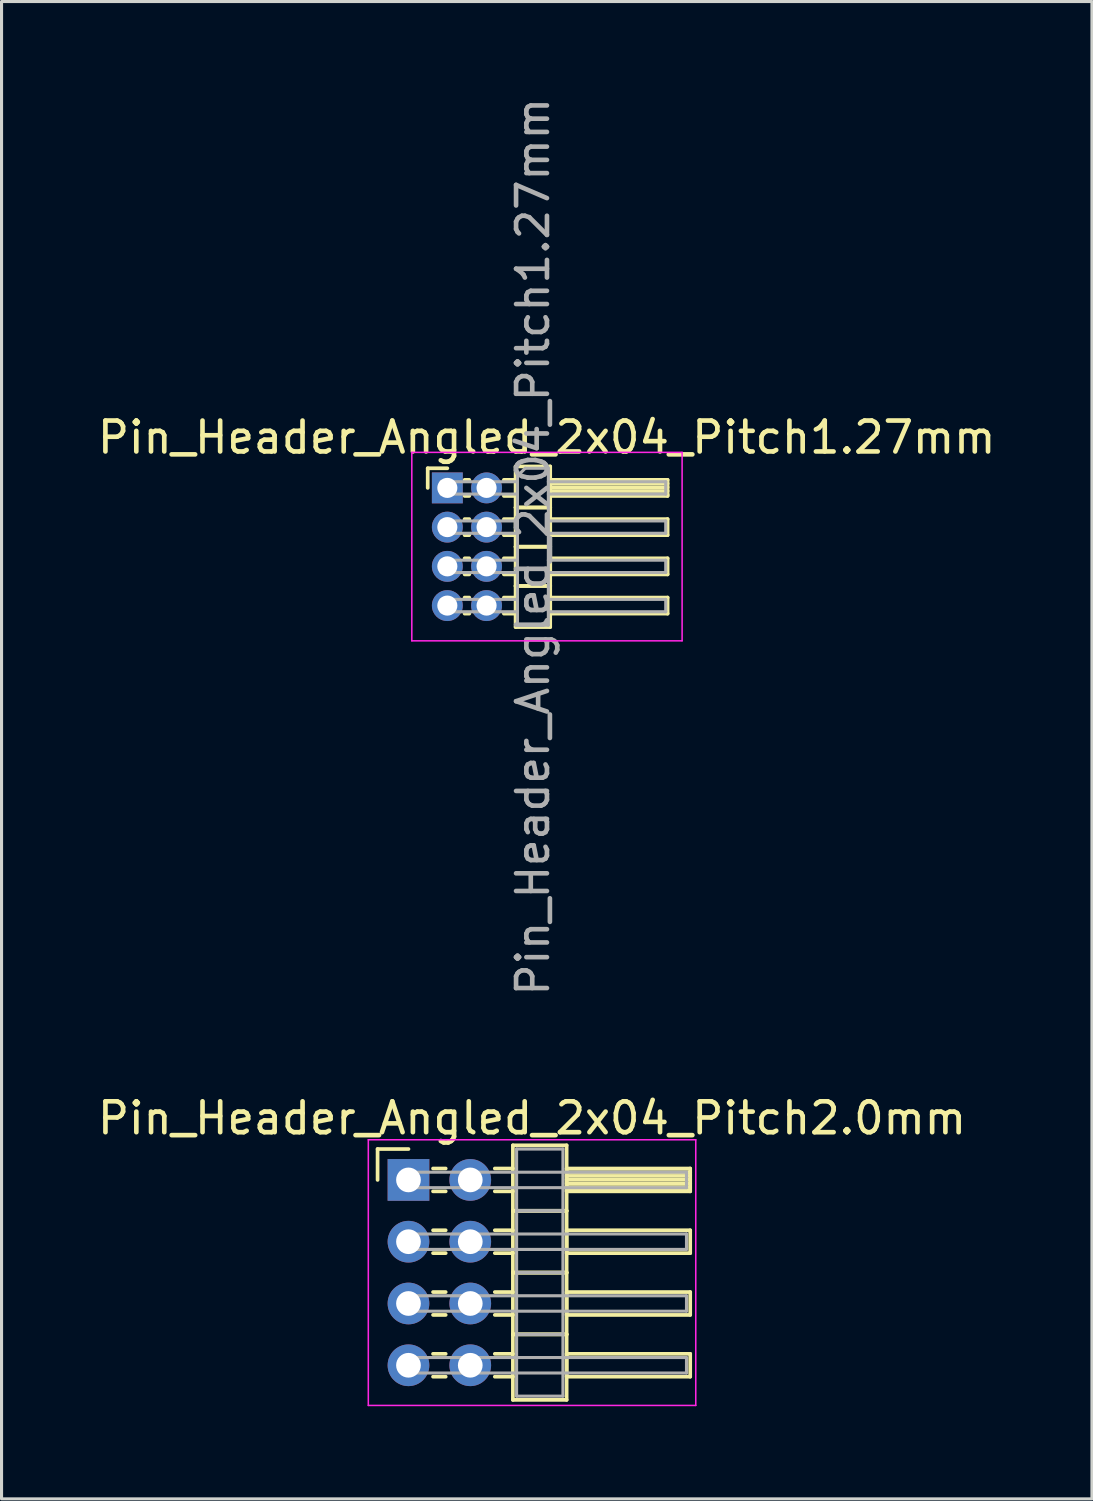
<source format=kicad_pcb>
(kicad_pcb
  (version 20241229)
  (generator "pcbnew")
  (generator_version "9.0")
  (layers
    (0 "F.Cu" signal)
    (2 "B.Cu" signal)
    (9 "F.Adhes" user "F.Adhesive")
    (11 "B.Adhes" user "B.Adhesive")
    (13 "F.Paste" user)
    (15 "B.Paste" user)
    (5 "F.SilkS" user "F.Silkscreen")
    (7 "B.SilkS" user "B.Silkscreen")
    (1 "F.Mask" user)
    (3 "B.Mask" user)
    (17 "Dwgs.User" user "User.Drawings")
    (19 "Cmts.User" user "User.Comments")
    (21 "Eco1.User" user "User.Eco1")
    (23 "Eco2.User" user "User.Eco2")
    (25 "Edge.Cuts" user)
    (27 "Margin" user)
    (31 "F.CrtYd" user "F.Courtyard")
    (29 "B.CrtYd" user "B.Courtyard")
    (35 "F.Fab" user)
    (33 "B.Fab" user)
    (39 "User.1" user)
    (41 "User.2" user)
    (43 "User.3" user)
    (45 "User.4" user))
  (footprint "Pin_Header_Angled_2x04_Pitch1.27mm"
    (layer "F.Cu")
    (at 11.431 12.744)
    (property "Reference" "Pin_Header_Angled_2x04_Pitch1.27mm" (at 3.217 -1.635 0) (layer "F.SilkS") (effects (font (size 1 1) (thickness 0.15))))
    (attr through_hole)
    (fp_line (start -0.635 -0.635) (end 0 -0.635) (stroke (width 0.12) (type solid)) (layer "F.SilkS"))
    (fp_line (start -0.635 0) (end -0.635 -0.635) (stroke (width 0.12) (type solid)) (layer "F.SilkS"))
    (fp_line (start 0.56 -0.26) (end 0.71 -0.26) (stroke (width 0.12) (type solid)) (layer "F.SilkS"))
    (fp_line (start 0.56 0.26) (end 0.71 0.26) (stroke (width 0.12) (type solid)) (layer "F.SilkS"))
    (fp_line (start 0.56 1.01) (end 0.71 1.01) (stroke (width 0.12) (type solid)) (layer "F.SilkS"))
    (fp_line (start 0.56 1.53) (end 0.71 1.53) (stroke (width 0.12) (type solid)) (layer "F.SilkS"))
    (fp_line (start 0.56 2.28) (end 0.71 2.28) (stroke (width 0.12) (type solid)) (layer "F.SilkS"))
    (fp_line (start 0.56 2.8) (end 0.71 2.8) (stroke (width 0.12) (type solid)) (layer "F.SilkS"))
    (fp_line (start 0.56 3.55) (end 0.71 3.55) (stroke (width 0.12) (type solid)) (layer "F.SilkS"))
    (fp_line (start 0.56 4.07) (end 0.71 4.07) (stroke (width 0.12) (type solid)) (layer "F.SilkS"))
    (fp_line (start 1.83 -0.26) (end 2.21 -0.26) (stroke (width 0.12) (type solid)) (layer "F.SilkS"))
    (fp_line (start 1.83 0.26) (end 2.21 0.26) (stroke (width 0.12) (type solid)) (layer "F.SilkS"))
    (fp_line (start 1.83 1.01) (end 2.21 1.01) (stroke (width 0.12) (type solid)) (layer "F.SilkS"))
    (fp_line (start 1.83 1.53) (end 2.21 1.53) (stroke (width 0.12) (type solid)) (layer "F.SilkS"))
    (fp_line (start 1.83 2.28) (end 2.21 2.28) (stroke (width 0.12) (type solid)) (layer "F.SilkS"))
    (fp_line (start 1.83 2.8) (end 2.21 2.8) (stroke (width 0.12) (type solid)) (layer "F.SilkS"))
    (fp_line (start 1.83 3.55) (end 2.21 3.55) (stroke (width 0.12) (type solid)) (layer "F.SilkS"))
    (fp_line (start 1.83 4.07) (end 2.21 4.07) (stroke (width 0.12) (type solid)) (layer "F.SilkS"))
    (fp_line (start 2.21 -0.695) (end 2.21 0.635) (stroke (width 0.12) (type solid)) (layer "F.SilkS"))
    (fp_line (start 2.21 0.635) (end 2.21 1.905) (stroke (width 0.12) (type solid)) (layer "F.SilkS"))
    (fp_line (start 2.21 0.635) (end 3.33 0.635) (stroke (width 0.12) (type solid)) (layer "F.SilkS"))
    (fp_line (start 2.21 1.905) (end 2.21 3.175) (stroke (width 0.12) (type solid)) (layer "F.SilkS"))
    (fp_line (start 2.21 1.905) (end 3.33 1.905) (stroke (width 0.12) (type solid)) (layer "F.SilkS"))
    (fp_line (start 2.21 3.175) (end 2.21 4.505) (stroke (width 0.12) (type solid)) (layer "F.SilkS"))
    (fp_line (start 2.21 3.175) (end 3.33 3.175) (stroke (width 0.12) (type solid)) (layer "F.SilkS"))
    (fp_line (start 2.21 4.505) (end 3.33 4.505) (stroke (width 0.12) (type solid)) (layer "F.SilkS"))
    (fp_line (start 3.33 -0.695) (end 2.21 -0.695) (stroke (width 0.12) (type solid)) (layer "F.SilkS"))
    (fp_line (start 3.33 -0.26) (end 3.33 0.26) (stroke (width 0.12) (type solid)) (layer "F.SilkS"))
    (fp_line (start 3.33 -0.14) (end 7.13 -0.14) (stroke (width 0.12) (type solid)) (layer "F.SilkS"))
    (fp_line (start 3.33 -0.02) (end 7.13 -0.02) (stroke (width 0.12) (type solid)) (layer "F.SilkS"))
    (fp_line (start 3.33 0.1) (end 7.13 0.1) (stroke (width 0.12) (type solid)) (layer "F.SilkS"))
    (fp_line (start 3.33 0.22) (end 7.13 0.22) (stroke (width 0.12) (type solid)) (layer "F.SilkS"))
    (fp_line (start 3.33 0.26) (end 7.13 0.26) (stroke (width 0.12) (type solid)) (layer "F.SilkS"))
    (fp_line (start 3.33 0.635) (end 2.21 0.635) (stroke (width 0.12) (type solid)) (layer "F.SilkS"))
    (fp_line (start 3.33 0.635) (end 3.33 -0.695) (stroke (width 0.12) (type solid)) (layer "F.SilkS"))
    (fp_line (start 3.33 1.01) (end 3.33 1.53) (stroke (width 0.12) (type solid)) (layer "F.SilkS"))
    (fp_line (start 3.33 1.53) (end 7.13 1.53) (stroke (width 0.12) (type solid)) (layer "F.SilkS"))
    (fp_line (start 3.33 1.905) (end 2.21 1.905) (stroke (width 0.12) (type solid)) (layer "F.SilkS"))
    (fp_line (start 3.33 1.905) (end 3.33 0.635) (stroke (width 0.12) (type solid)) (layer "F.SilkS"))
    (fp_line (start 3.33 2.28) (end 3.33 2.8) (stroke (width 0.12) (type solid)) (layer "F.SilkS"))
    (fp_line (start 3.33 2.8) (end 7.13 2.8) (stroke (width 0.12) (type solid)) (layer "F.SilkS"))
    (fp_line (start 3.33 3.175) (end 2.21 3.175) (stroke (width 0.12) (type solid)) (layer "F.SilkS"))
    (fp_line (start 3.33 3.175) (end 3.33 1.905) (stroke (width 0.12) (type solid)) (layer "F.SilkS"))
    (fp_line (start 3.33 3.55) (end 3.33 4.07) (stroke (width 0.12) (type solid)) (layer "F.SilkS"))
    (fp_line (start 3.33 4.07) (end 7.13 4.07) (stroke (width 0.12) (type solid)) (layer "F.SilkS"))
    (fp_line (start 3.33 4.505) (end 3.33 3.175) (stroke (width 0.12) (type solid)) (layer "F.SilkS"))
    (fp_line (start 7.13 -0.26) (end 3.33 -0.26) (stroke (width 0.12) (type solid)) (layer "F.SilkS"))
    (fp_line (start 7.13 0.26) (end 7.13 -0.26) (stroke (width 0.12) (type solid)) (layer "F.SilkS"))
    (fp_line (start 7.13 1.01) (end 3.33 1.01) (stroke (width 0.12) (type solid)) (layer "F.SilkS"))
    (fp_line (start 7.13 1.53) (end 7.13 1.01) (stroke (width 0.12) (type solid)) (layer "F.SilkS"))
    (fp_line (start 7.13 2.28) (end 3.33 2.28) (stroke (width 0.12) (type solid)) (layer "F.SilkS"))
    (fp_line (start 7.13 2.8) (end 7.13 2.28) (stroke (width 0.12) (type solid)) (layer "F.SilkS"))
    (fp_line (start 7.13 3.55) (end 3.33 3.55) (stroke (width 0.12) (type solid)) (layer "F.SilkS"))
    (fp_line (start 7.13 4.07) (end 7.13 3.55) (stroke (width 0.12) (type solid)) (layer "F.SilkS"))
    (fp_line (start -1.15 -1.15) (end -1.15 4.95) (stroke (width 0.05) (type solid)) (layer "F.CrtYd"))
    (fp_line (start -1.15 4.95) (end 7.6 4.95) (stroke (width 0.05) (type solid)) (layer "F.CrtYd"))
    (fp_line (start 7.6 -1.15) (end -1.15 -1.15) (stroke (width 0.05) (type solid)) (layer "F.CrtYd"))
    (fp_line (start 7.6 4.95) (end 7.6 -1.15) (stroke (width 0.05) (type solid)) (layer "F.CrtYd"))
    (fp_line (start -0.2 -0.2) (end -0.2 0.2) (stroke (width 0.1) (type solid)) (layer "F.Fab"))
    (fp_line (start -0.2 -0.2) (end 2.27 -0.2) (stroke (width 0.1) (type solid)) (layer "F.Fab"))
    (fp_line (start -0.2 0.2) (end 2.27 0.2) (stroke (width 0.1) (type solid)) (layer "F.Fab"))
    (fp_line (start -0.2 1.07) (end -0.2 1.47) (stroke (width 0.1) (type solid)) (layer "F.Fab"))
    (fp_line (start -0.2 1.07) (end 2.27 1.07) (stroke (width 0.1) (type solid)) (layer "F.Fab"))
    (fp_line (start -0.2 1.47) (end 2.27 1.47) (stroke (width 0.1) (type solid)) (layer "F.Fab"))
    (fp_line (start -0.2 2.34) (end -0.2 2.74) (stroke (width 0.1) (type solid)) (layer "F.Fab"))
    (fp_line (start -0.2 2.34) (end 2.27 2.34) (stroke (width 0.1) (type solid)) (layer "F.Fab"))
    (fp_line (start -0.2 2.74) (end 2.27 2.74) (stroke (width 0.1) (type solid)) (layer "F.Fab"))
    (fp_line (start -0.2 3.61) (end -0.2 4.01) (stroke (width 0.1) (type solid)) (layer "F.Fab"))
    (fp_line (start -0.2 3.61) (end 2.27 3.61) (stroke (width 0.1) (type solid)) (layer "F.Fab"))
    (fp_line (start -0.2 4.01) (end 2.27 4.01) (stroke (width 0.1) (type solid)) (layer "F.Fab"))
    (fp_line (start 2.27 -0.385) (end 2.52 -0.635) (stroke (width 0.1) (type solid)) (layer "F.Fab"))
    (fp_line (start 2.27 4.445) (end 2.27 -0.385) (stroke (width 0.1) (type solid)) (layer "F.Fab"))
    (fp_line (start 2.52 -0.635) (end 3.27 -0.635) (stroke (width 0.1) (type solid)) (layer "F.Fab"))
    (fp_line (start 3.27 -0.635) (end 3.27 4.445) (stroke (width 0.1) (type solid)) (layer "F.Fab"))
    (fp_line (start 3.27 -0.2) (end 7.07 -0.2) (stroke (width 0.1) (type solid)) (layer "F.Fab"))
    (fp_line (start 3.27 0.2) (end 7.07 0.2) (stroke (width 0.1) (type solid)) (layer "F.Fab"))
    (fp_line (start 3.27 1.07) (end 7.07 1.07) (stroke (width 0.1) (type solid)) (layer "F.Fab"))
    (fp_line (start 3.27 1.47) (end 7.07 1.47) (stroke (width 0.1) (type solid)) (layer "F.Fab"))
    (fp_line (start 3.27 2.34) (end 7.07 2.34) (stroke (width 0.1) (type solid)) (layer "F.Fab"))
    (fp_line (start 3.27 2.74) (end 7.07 2.74) (stroke (width 0.1) (type solid)) (layer "F.Fab"))
    (fp_line (start 3.27 3.61) (end 7.07 3.61) (stroke (width 0.1) (type solid)) (layer "F.Fab"))
    (fp_line (start 3.27 4.01) (end 7.07 4.01) (stroke (width 0.1) (type solid)) (layer "F.Fab"))
    (fp_line (start 3.27 4.445) (end 2.27 4.445) (stroke (width 0.1) (type solid)) (layer "F.Fab"))
    (fp_line (start 7.07 -0.2) (end 7.07 0.2) (stroke (width 0.1) (type solid)) (layer "F.Fab"))
    (fp_line (start 7.07 1.07) (end 7.07 1.47) (stroke (width 0.1) (type solid)) (layer "F.Fab"))
    (fp_line (start 7.07 2.34) (end 7.07 2.74) (stroke (width 0.1) (type solid)) (layer "F.Fab"))
    (fp_line (start 7.07 3.61) (end 7.07 4.01) (stroke (width 0.1) (type solid)) (layer "F.Fab"))
    (fp_text user "${REFERENCE}" (at 2.77 1.905 90) (layer "F.Fab") (effects (font (size 1 1) (thickness 0.15))))
    (pad "1" thru_hole rect (at 0 0) (size 1 1) (drill 0.65) (layers "*.Cu" "*.Mask"))
    (pad "2" thru_hole oval (at 1.27 0) (size 1 1) (drill 0.65) (layers "*.Cu" "*.Mask"))
    (pad "3" thru_hole oval (at 0 1.27) (size 1 1) (drill 0.65) (layers "*.Cu" "*.Mask"))
    (pad "4" thru_hole oval (at 1.27 1.27) (size 1 1) (drill 0.65) (layers "*.Cu" "*.Mask"))
    (pad "5" thru_hole oval (at 0 2.54) (size 1 1) (drill 0.65) (layers "*.Cu" "*.Mask"))
    (pad "6" thru_hole oval (at 1.27 2.54) (size 1 1) (drill 0.65) (layers "*.Cu" "*.Mask"))
    (pad "7" thru_hole oval (at 0 3.81) (size 1 1) (drill 0.65) (layers "*.Cu" "*.Mask"))
    (pad "8" thru_hole oval (at 1.27 3.81) (size 1 1) (drill 0.65) (layers "*.Cu" "*.Mask")))
  (footprint "Pin_Header_Angled_2x04_Pitch2.0mm"
    (layer "F.Cu")
    (at 10.173 35.146)
    (property "Reference" "Pin_Header_Angled_2x04_Pitch2.0mm" (at 4 -2 0) (layer "F.SilkS") (effects (font (size 1 1) (thickness 0.15))))
    (attr through_hole)
    (fp_line (start -1 -1) (end 0 -1) (stroke (width 0.12) (type solid)) (layer "F.SilkS"))
    (fp_line (start -1 0) (end -1 -1) (stroke (width 0.12) (type solid)) (layer "F.SilkS"))
    (fp_line (start 0.795 -0.37) (end 1.205 -0.37) (stroke (width 0.12) (type solid)) (layer "F.SilkS"))
    (fp_line (start 0.795 0.37) (end 1.205 0.37) (stroke (width 0.12) (type solid)) (layer "F.SilkS"))
    (fp_line (start 0.795 1.63) (end 1.205 1.63) (stroke (width 0.12) (type solid)) (layer "F.SilkS"))
    (fp_line (start 0.795 2.37) (end 1.205 2.37) (stroke (width 0.12) (type solid)) (layer "F.SilkS"))
    (fp_line (start 0.795 3.63) (end 1.205 3.63) (stroke (width 0.12) (type solid)) (layer "F.SilkS"))
    (fp_line (start 0.795 4.37) (end 1.205 4.37) (stroke (width 0.12) (type solid)) (layer "F.SilkS"))
    (fp_line (start 0.795 5.63) (end 1.205 5.63) (stroke (width 0.12) (type solid)) (layer "F.SilkS"))
    (fp_line (start 0.795 6.37) (end 1.205 6.37) (stroke (width 0.12) (type solid)) (layer "F.SilkS"))
    (fp_line (start 2.795 -0.37) (end 3.38 -0.37) (stroke (width 0.12) (type solid)) (layer "F.SilkS"))
    (fp_line (start 2.795 0.37) (end 3.38 0.37) (stroke (width 0.12) (type solid)) (layer "F.SilkS"))
    (fp_line (start 2.795 1.63) (end 3.38 1.63) (stroke (width 0.12) (type solid)) (layer "F.SilkS"))
    (fp_line (start 2.795 2.37) (end 3.38 2.37) (stroke (width 0.12) (type solid)) (layer "F.SilkS"))
    (fp_line (start 2.795 3.63) (end 3.38 3.63) (stroke (width 0.12) (type solid)) (layer "F.SilkS"))
    (fp_line (start 2.795 4.37) (end 3.38 4.37) (stroke (width 0.12) (type solid)) (layer "F.SilkS"))
    (fp_line (start 2.795 5.63) (end 3.38 5.63) (stroke (width 0.12) (type solid)) (layer "F.SilkS"))
    (fp_line (start 2.795 6.37) (end 3.38 6.37) (stroke (width 0.12) (type solid)) (layer "F.SilkS"))
    (fp_line (start 3.38 -1.12) (end 3.38 1) (stroke (width 0.12) (type solid)) (layer "F.SilkS"))
    (fp_line (start 3.38 1) (end 3.38 3) (stroke (width 0.12) (type solid)) (layer "F.SilkS"))
    (fp_line (start 3.38 1) (end 5.12 1) (stroke (width 0.12) (type solid)) (layer "F.SilkS"))
    (fp_line (start 3.38 3) (end 3.38 5) (stroke (width 0.12) (type solid)) (layer "F.SilkS"))
    (fp_line (start 3.38 3) (end 5.12 3) (stroke (width 0.12) (type solid)) (layer "F.SilkS"))
    (fp_line (start 3.38 5) (end 3.38 7.12) (stroke (width 0.12) (type solid)) (layer "F.SilkS"))
    (fp_line (start 3.38 5) (end 5.12 5) (stroke (width 0.12) (type solid)) (layer "F.SilkS"))
    (fp_line (start 3.38 7.12) (end 5.12 7.12) (stroke (width 0.12) (type solid)) (layer "F.SilkS"))
    (fp_line (start 5.12 -1.12) (end 3.38 -1.12) (stroke (width 0.12) (type solid)) (layer "F.SilkS"))
    (fp_line (start 5.12 -0.37) (end 5.12 0.37) (stroke (width 0.12) (type solid)) (layer "F.SilkS"))
    (fp_line (start 5.12 -0.25) (end 9.12 -0.25) (stroke (width 0.12) (type solid)) (layer "F.SilkS"))
    (fp_line (start 5.12 -0.13) (end 9.12 -0.13) (stroke (width 0.12) (type solid)) (layer "F.SilkS"))
    (fp_line (start 5.12 -0.01) (end 9.12 -0.01) (stroke (width 0.12) (type solid)) (layer "F.SilkS"))
    (fp_line (start 5.12 0.11) (end 9.12 0.11) (stroke (width 0.12) (type solid)) (layer "F.SilkS"))
    (fp_line (start 5.12 0.23) (end 9.12 0.23) (stroke (width 0.12) (type solid)) (layer "F.SilkS"))
    (fp_line (start 5.12 0.35) (end 9.12 0.35) (stroke (width 0.12) (type solid)) (layer "F.SilkS"))
    (fp_line (start 5.12 0.37) (end 9.12 0.37) (stroke (width 0.12) (type solid)) (layer "F.SilkS"))
    (fp_line (start 5.12 1) (end 3.38 1) (stroke (width 0.12) (type solid)) (layer "F.SilkS"))
    (fp_line (start 5.12 1) (end 5.12 -1.12) (stroke (width 0.12) (type solid)) (layer "F.SilkS"))
    (fp_line (start 5.12 1.63) (end 5.12 2.37) (stroke (width 0.12) (type solid)) (layer "F.SilkS"))
    (fp_line (start 5.12 2.37) (end 9.12 2.37) (stroke (width 0.12) (type solid)) (layer "F.SilkS"))
    (fp_line (start 5.12 3) (end 3.38 3) (stroke (width 0.12) (type solid)) (layer "F.SilkS"))
    (fp_line (start 5.12 3) (end 5.12 1) (stroke (width 0.12) (type solid)) (layer "F.SilkS"))
    (fp_line (start 5.12 3.63) (end 5.12 4.37) (stroke (width 0.12) (type solid)) (layer "F.SilkS"))
    (fp_line (start 5.12 4.37) (end 9.12 4.37) (stroke (width 0.12) (type solid)) (layer "F.SilkS"))
    (fp_line (start 5.12 5) (end 3.38 5) (stroke (width 0.12) (type solid)) (layer "F.SilkS"))
    (fp_line (start 5.12 5) (end 5.12 3) (stroke (width 0.12) (type solid)) (layer "F.SilkS"))
    (fp_line (start 5.12 5.63) (end 5.12 6.37) (stroke (width 0.12) (type solid)) (layer "F.SilkS"))
    (fp_line (start 5.12 6.37) (end 9.12 6.37) (stroke (width 0.12) (type solid)) (layer "F.SilkS"))
    (fp_line (start 5.12 7.12) (end 5.12 5) (stroke (width 0.12) (type solid)) (layer "F.SilkS"))
    (fp_line (start 9.12 -0.37) (end 5.12 -0.37) (stroke (width 0.12) (type solid)) (layer "F.SilkS"))
    (fp_line (start 9.12 0.37) (end 9.12 -0.37) (stroke (width 0.12) (type solid)) (layer "F.SilkS"))
    (fp_line (start 9.12 1.63) (end 5.12 1.63) (stroke (width 0.12) (type solid)) (layer "F.SilkS"))
    (fp_line (start 9.12 2.37) (end 9.12 1.63) (stroke (width 0.12) (type solid)) (layer "F.SilkS"))
    (fp_line (start 9.12 3.63) (end 5.12 3.63) (stroke (width 0.12) (type solid)) (layer "F.SilkS"))
    (fp_line (start 9.12 4.37) (end 9.12 3.63) (stroke (width 0.12) (type solid)) (layer "F.SilkS"))
    (fp_line (start 9.12 5.63) (end 5.12 5.63) (stroke (width 0.12) (type solid)) (layer "F.SilkS"))
    (fp_line (start 9.12 6.37) (end 9.12 5.63) (stroke (width 0.12) (type solid)) (layer "F.SilkS"))
    (fp_line (start -1.3 -1.3) (end -1.3 7.3) (stroke (width 0.05) (type solid)) (layer "F.CrtYd"))
    (fp_line (start -1.3 7.3) (end 9.3 7.3) (stroke (width 0.05) (type solid)) (layer "F.CrtYd"))
    (fp_line (start 9.3 -1.3) (end -1.3 -1.3) (stroke (width 0.05) (type solid)) (layer "F.CrtYd"))
    (fp_line (start 9.3 7.3) (end 9.3 -1.3) (stroke (width 0.05) (type solid)) (layer "F.CrtYd"))
    (fp_line (start 0 -0.25) (end 0 0.25) (stroke (width 0.1) (type solid)) (layer "F.Fab"))
    (fp_line (start 0 0.25) (end 9 0.25) (stroke (width 0.1) (type solid)) (layer "F.Fab"))
    (fp_line (start 0 1.75) (end 0 2.25) (stroke (width 0.1) (type solid)) (layer "F.Fab"))
    (fp_line (start 0 2.25) (end 9 2.25) (stroke (width 0.1) (type solid)) (layer "F.Fab"))
    (fp_line (start 0 3.75) (end 0 4.25) (stroke (width 0.1) (type solid)) (layer "F.Fab"))
    (fp_line (start 0 4.25) (end 9 4.25) (stroke (width 0.1) (type solid)) (layer "F.Fab"))
    (fp_line (start 0 5.75) (end 0 6.25) (stroke (width 0.1) (type solid)) (layer "F.Fab"))
    (fp_line (start 0 6.25) (end 9 6.25) (stroke (width 0.1) (type solid)) (layer "F.Fab"))
    (fp_line (start 3.5 -1) (end 3.5 1) (stroke (width 0.1) (type solid)) (layer "F.Fab"))
    (fp_line (start 3.5 1) (end 3.5 3) (stroke (width 0.1) (type solid)) (layer "F.Fab"))
    (fp_line (start 3.5 1) (end 5 1) (stroke (width 0.1) (type solid)) (layer "F.Fab"))
    (fp_line (start 3.5 3) (end 3.5 5) (stroke (width 0.1) (type solid)) (layer "F.Fab"))
    (fp_line (start 3.5 3) (end 5 3) (stroke (width 0.1) (type solid)) (layer "F.Fab"))
    (fp_line (start 3.5 5) (end 3.5 7) (stroke (width 0.1) (type solid)) (layer "F.Fab"))
    (fp_line (start 3.5 5) (end 5 5) (stroke (width 0.1) (type solid)) (layer "F.Fab"))
    (fp_line (start 3.5 7) (end 5 7) (stroke (width 0.1) (type solid)) (layer "F.Fab"))
    (fp_line (start 5 -1) (end 3.5 -1) (stroke (width 0.1) (type solid)) (layer "F.Fab"))
    (fp_line (start 5 1) (end 3.5 1) (stroke (width 0.1) (type solid)) (layer "F.Fab"))
    (fp_line (start 5 1) (end 5 -1) (stroke (width 0.1) (type solid)) (layer "F.Fab"))
    (fp_line (start 5 3) (end 3.5 3) (stroke (width 0.1) (type solid)) (layer "F.Fab"))
    (fp_line (start 5 3) (end 5 1) (stroke (width 0.1) (type solid)) (layer "F.Fab"))
    (fp_line (start 5 5) (end 3.5 5) (stroke (width 0.1) (type solid)) (layer "F.Fab"))
    (fp_line (start 5 5) (end 5 3) (stroke (width 0.1) (type solid)) (layer "F.Fab"))
    (fp_line (start 5 7) (end 5 5) (stroke (width 0.1) (type solid)) (layer "F.Fab"))
    (fp_line (start 9 -0.25) (end 0 -0.25) (stroke (width 0.1) (type solid)) (layer "F.Fab"))
    (fp_line (start 9 0.25) (end 9 -0.25) (stroke (width 0.1) (type solid)) (layer "F.Fab"))
    (fp_line (start 9 1.75) (end 0 1.75) (stroke (width 0.1) (type solid)) (layer "F.Fab"))
    (fp_line (start 9 2.25) (end 9 1.75) (stroke (width 0.1) (type solid)) (layer "F.Fab"))
    (fp_line (start 9 3.75) (end 0 3.75) (stroke (width 0.1) (type solid)) (layer "F.Fab"))
    (fp_line (start 9 4.25) (end 9 3.75) (stroke (width 0.1) (type solid)) (layer "F.Fab"))
    (fp_line (start 9 5.75) (end 0 5.75) (stroke (width 0.1) (type solid)) (layer "F.Fab"))
    (fp_line (start 9 6.25) (end 9 5.75) (stroke (width 0.1) (type solid)) (layer "F.Fab"))
    (pad "1" thru_hole rect (at 0 0) (size 1.35 1.35) (drill 0.8) (layers "*.Cu" "*.Mask"))
    (pad "2" thru_hole oval (at 2 0) (size 1.35 1.35) (drill 0.8) (layers "*.Cu" "*.Mask"))
    (pad "3" thru_hole oval (at 0 2) (size 1.35 1.35) (drill 0.8) (layers "*.Cu" "*.Mask"))
    (pad "4" thru_hole oval (at 2 2) (size 1.35 1.35) (drill 0.8) (layers "*.Cu" "*.Mask"))
    (pad "5" thru_hole oval (at 0 4) (size 1.35 1.35) (drill 0.8) (layers "*.Cu" "*.Mask"))
    (pad "6" thru_hole oval (at 2 4) (size 1.35 1.35) (drill 0.8) (layers "*.Cu" "*.Mask"))
    (pad "7" thru_hole oval (at 0 6) (size 1.35 1.35) (drill 0.8) (layers "*.Cu" "*.Mask"))
    (pad "8" thru_hole oval (at 2 6) (size 1.35 1.35) (drill 0.8) (layers "*.Cu" "*.Mask")))
  (gr_rect
    (start -3 -3)
    (end 32.298 45.471)
    (stroke (width 0.1) (type default))
    (fill no)
    (layer "Edge.Cuts")))
</source>
